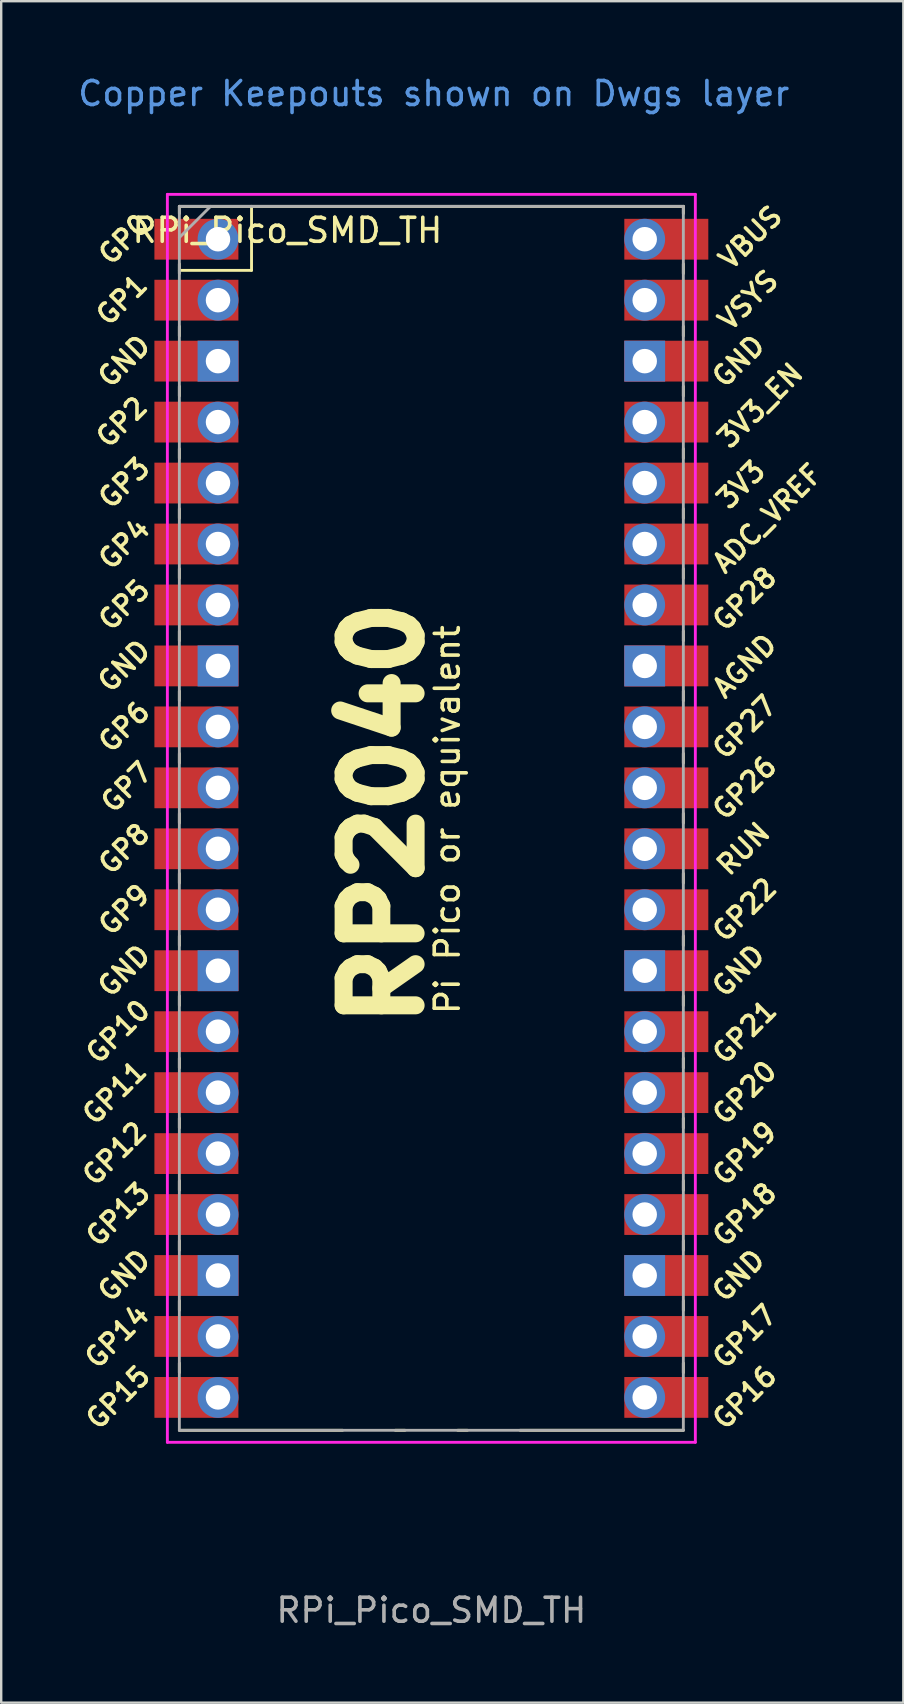
<source format=kicad_pcb>
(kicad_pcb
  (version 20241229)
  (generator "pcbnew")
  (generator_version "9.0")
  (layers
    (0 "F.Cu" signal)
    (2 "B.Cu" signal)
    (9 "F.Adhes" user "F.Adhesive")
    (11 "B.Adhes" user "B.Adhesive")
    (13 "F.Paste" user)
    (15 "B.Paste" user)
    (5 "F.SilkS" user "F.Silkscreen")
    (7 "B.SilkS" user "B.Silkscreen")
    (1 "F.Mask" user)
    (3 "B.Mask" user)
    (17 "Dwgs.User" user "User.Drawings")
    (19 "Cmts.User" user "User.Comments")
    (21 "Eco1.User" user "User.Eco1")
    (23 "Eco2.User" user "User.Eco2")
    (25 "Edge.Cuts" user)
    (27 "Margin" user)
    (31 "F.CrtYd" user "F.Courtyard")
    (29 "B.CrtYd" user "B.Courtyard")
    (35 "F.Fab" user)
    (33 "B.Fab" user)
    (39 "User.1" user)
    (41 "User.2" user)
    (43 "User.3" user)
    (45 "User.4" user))
  (footprint "RPi_Pico_SMD_TH"
    (layer "F.Cu")
    (at 14.924 31.048)
    (property "Reference" "RPi_Pico_SMD_TH" (at -6 -24.5 180) (layer "F.SilkS") (effects (font (size 1 1) (thickness 0.15))))
    (attr through_hole)
    (fp_line (start -10.5 -25.5) (end -10.5 -25.2) (stroke (width 0.12) (type solid)) (layer "F.SilkS"))
    (fp_line (start -10.5 -25.5) (end 10.5 -25.5) (stroke (width 0.12) (type solid)) (layer "F.SilkS"))
    (fp_line (start -10.5 -23.1) (end -10.5 -22.7) (stroke (width 0.12) (type solid)) (layer "F.SilkS"))
    (fp_line (start -10.5 -22.833) (end -7.493 -22.833) (stroke (width 0.12) (type solid)) (layer "F.SilkS"))
    (fp_line (start -10.5 -20.5) (end -10.5 -20.1) (stroke (width 0.12) (type solid)) (layer "F.SilkS"))
    (fp_line (start -10.5 -18) (end -10.5 -17.6) (stroke (width 0.12) (type solid)) (layer "F.SilkS"))
    (fp_line (start -10.5 -15.4) (end -10.5 -15) (stroke (width 0.12) (type solid)) (layer "F.SilkS"))
    (fp_line (start -10.5 -12.9) (end -10.5 -12.5) (stroke (width 0.12) (type solid)) (layer "F.SilkS"))
    (fp_line (start -10.5 -10.4) (end -10.5 -10) (stroke (width 0.12) (type solid)) (layer "F.SilkS"))
    (fp_line (start -10.5 -7.8) (end -10.5 -7.4) (stroke (width 0.12) (type solid)) (layer "F.SilkS"))
    (fp_line (start -10.5 -5.3) (end -10.5 -4.9) (stroke (width 0.12) (type solid)) (layer "F.SilkS"))
    (fp_line (start -10.5 -2.7) (end -10.5 -2.3) (stroke (width 0.12) (type solid)) (layer "F.SilkS"))
    (fp_line (start -10.5 -0.2) (end -10.5 0.2) (stroke (width 0.12) (type solid)) (layer "F.SilkS"))
    (fp_line (start -10.5 2.3) (end -10.5 2.7) (stroke (width 0.12) (type solid)) (layer "F.SilkS"))
    (fp_line (start -10.5 4.9) (end -10.5 5.3) (stroke (width 0.12) (type solid)) (layer "F.SilkS"))
    (fp_line (start -10.5 7.4) (end -10.5 7.8) (stroke (width 0.12) (type solid)) (layer "F.SilkS"))
    (fp_line (start -10.5 10) (end -10.5 10.4) (stroke (width 0.12) (type solid)) (layer "F.SilkS"))
    (fp_line (start -10.5 12.5) (end -10.5 12.9) (stroke (width 0.12) (type solid)) (layer "F.SilkS"))
    (fp_line (start -10.5 15.1) (end -10.5 15.5) (stroke (width 0.12) (type solid)) (layer "F.SilkS"))
    (fp_line (start -10.5 17.6) (end -10.5 18) (stroke (width 0.12) (type solid)) (layer "F.SilkS"))
    (fp_line (start -10.5 20.1) (end -10.5 20.5) (stroke (width 0.12) (type solid)) (layer "F.SilkS"))
    (fp_line (start -10.5 22.7) (end -10.5 23.1) (stroke (width 0.12) (type solid)) (layer "F.SilkS"))
    (fp_line (start -7.493 -22.833) (end -7.493 -25.5) (stroke (width 0.12) (type solid)) (layer "F.SilkS"))
    (fp_line (start -3.7 25.5) (end -10.5 25.5) (stroke (width 0.12) (type solid)) (layer "F.SilkS"))
    (fp_line (start -1.5 25.5) (end -1.1 25.5) (stroke (width 0.12) (type solid)) (layer "F.SilkS"))
    (fp_line (start 1.1 25.5) (end 1.5 25.5) (stroke (width 0.12) (type solid)) (layer "F.SilkS"))
    (fp_line (start 10.5 -25.5) (end 10.5 -25.2) (stroke (width 0.12) (type solid)) (layer "F.SilkS"))
    (fp_line (start 10.5 -23.1) (end 10.5 -22.7) (stroke (width 0.12) (type solid)) (layer "F.SilkS"))
    (fp_line (start 10.5 -20.5) (end 10.5 -20.1) (stroke (width 0.12) (type solid)) (layer "F.SilkS"))
    (fp_line (start 10.5 -18) (end 10.5 -17.6) (stroke (width 0.12) (type solid)) (layer "F.SilkS"))
    (fp_line (start 10.5 -15.4) (end 10.5 -15) (stroke (width 0.12) (type solid)) (layer "F.SilkS"))
    (fp_line (start 10.5 -12.9) (end 10.5 -12.5) (stroke (width 0.12) (type solid)) (layer "F.SilkS"))
    (fp_line (start 10.5 -10.4) (end 10.5 -10) (stroke (width 0.12) (type solid)) (layer "F.SilkS"))
    (fp_line (start 10.5 -7.8) (end 10.5 -7.4) (stroke (width 0.12) (type solid)) (layer "F.SilkS"))
    (fp_line (start 10.5 -5.3) (end 10.5 -4.9) (stroke (width 0.12) (type solid)) (layer "F.SilkS"))
    (fp_line (start 10.5 -2.7) (end 10.5 -2.3) (stroke (width 0.12) (type solid)) (layer "F.SilkS"))
    (fp_line (start 10.5 -0.2) (end 10.5 0.2) (stroke (width 0.12) (type solid)) (layer "F.SilkS"))
    (fp_line (start 10.5 2.3) (end 10.5 2.7) (stroke (width 0.12) (type solid)) (layer "F.SilkS"))
    (fp_line (start 10.5 4.9) (end 10.5 5.3) (stroke (width 0.12) (type solid)) (layer "F.SilkS"))
    (fp_line (start 10.5 7.4) (end 10.5 7.8) (stroke (width 0.12) (type solid)) (layer "F.SilkS"))
    (fp_line (start 10.5 10) (end 10.5 10.4) (stroke (width 0.12) (type solid)) (layer "F.SilkS"))
    (fp_line (start 10.5 12.5) (end 10.5 12.9) (stroke (width 0.12) (type solid)) (layer "F.SilkS"))
    (fp_line (start 10.5 15.1) (end 10.5 15.5) (stroke (width 0.12) (type solid)) (layer "F.SilkS"))
    (fp_line (start 10.5 17.6) (end 10.5 18) (stroke (width 0.12) (type solid)) (layer "F.SilkS"))
    (fp_line (start 10.5 20.1) (end 10.5 20.5) (stroke (width 0.12) (type solid)) (layer "F.SilkS"))
    (fp_line (start 10.5 22.7) (end 10.5 23.1) (stroke (width 0.12) (type solid)) (layer "F.SilkS"))
    (fp_line (start 10.5 25.5) (end 3.7 25.5) (stroke (width 0.12) (type solid)) (layer "F.SilkS"))
    (fp_line (start -11 -26) (end 11 -26) (stroke (width 0.12) (type solid)) (layer "F.CrtYd"))
    (fp_line (start -11 26) (end -11 -26) (stroke (width 0.12) (type solid)) (layer "F.CrtYd"))
    (fp_line (start 11 -26) (end 11 26) (stroke (width 0.12) (type solid)) (layer "F.CrtYd"))
    (fp_line (start 11 26) (end -11 26) (stroke (width 0.12) (type solid)) (layer "F.CrtYd"))
    (fp_line (start -10.5 -25.5) (end 10.5 -25.5) (stroke (width 0.12) (type solid)) (layer "F.Fab"))
    (fp_line (start -10.5 -24.2) (end -9.2 -25.5) (stroke (width 0.12) (type solid)) (layer "F.Fab"))
    (fp_line (start -10.5 25.5) (end -10.5 -25.5) (stroke (width 0.12) (type solid)) (layer "F.Fab"))
    (fp_line (start 10.5 -25.5) (end 10.5 25.5) (stroke (width 0.12) (type solid)) (layer "F.Fab"))
    (fp_line (start 10.5 25.5) (end -10.5 25.5) (stroke (width 0.12) (type solid)) (layer "F.Fab"))
    (fp_text user "GP11" (at -13.2 11.43 225) (layer "F.SilkS") (effects (font (size 0.8 0.8) (thickness 0.15))))
    (fp_text user "GND" (at -12.8 -19.05 225) (layer "F.SilkS") (effects (font (size 0.8 0.8) (thickness 0.15))))
    (fp_text user "GP14" (at -13.1 21.59 225) (layer "F.SilkS") (effects (font (size 0.8 0.8) (thickness 0.15))))
    (fp_text user "ADC_VREF" (at 14 -12.5 225) (layer "F.SilkS") (effects (font (size 0.8 0.8) (thickness 0.15))))
    (fp_text user "GP17" (at 13.054 21.59 225) (layer "F.SilkS") (effects (font (size 0.8 0.8) (thickness 0.15))))
    (fp_text user "GP3" (at -12.8 -13.97 225) (layer "F.SilkS") (effects (font (size 0.8 0.8) (thickness 0.15))))
    (fp_text user "GND" (at -12.8 6.35 225) (layer "F.SilkS") (effects (font (size 0.8 0.8) (thickness 0.15))))
    (fp_text user "RUN" (at 13 1.27 225) (layer "F.SilkS") (effects (font (size 0.8 0.8) (thickness 0.15))))
    (fp_text user "GP10" (at -13.054 8.89 225) (layer "F.SilkS") (effects (font (size 0.8 0.8) (thickness 0.15))))
    (fp_text user "AGND" (at 13.054 -6.35 225) (layer "F.SilkS") (effects (font (size 0.8 0.8) (thickness 0.15))))
    (fp_text user "GP16" (at 13.054 24.13 225) (layer "F.SilkS") (effects (font (size 0.8 0.8) (thickness 0.15))))
    (fp_text user "GP2" (at -12.9 -16.51 225) (layer "F.SilkS") (effects (font (size 0.8 0.8) (thickness 0.15))))
    (fp_text user "GND" (at 12.8 -19.05 225) (layer "F.SilkS") (effects (font (size 0.8 0.8) (thickness 0.15))))
    (fp_text user "GND" (at -12.8 19.05 225) (layer "F.SilkS") (effects (font (size 0.8 0.8) (thickness 0.15))))
    (fp_text user "GP1" (at -12.9 -21.6 225) (layer "F.SilkS") (effects (font (size 0.8 0.8) (thickness 0.15))))
    (fp_text user "3V3" (at 12.9 -13.9 225) (layer "F.SilkS") (effects (font (size 0.8 0.8) (thickness 0.15))))
    (fp_text user "GP0" (at -12.8 -24.13 225) (layer "F.SilkS") (effects (font (size 0.8 0.8) (thickness 0.15))))
    (fp_text user "GP28" (at 13.054 -9.144 225) (layer "F.SilkS") (effects (font (size 0.8 0.8) (thickness 0.15))))
    (fp_text user "GP9" (at -12.8 3.81 225) (layer "F.SilkS") (effects (font (size 0.8 0.8) (thickness 0.15))))
    (fp_text user "GP18" (at 13.054 16.51 225) (layer "F.SilkS") (effects (font (size 0.8 0.8) (thickness 0.15))))
    (fp_text user "GP15" (at -13.054 24.13 225) (layer "F.SilkS") (effects (font (size 0.8 0.8) (thickness 0.15))))
    (fp_text user "GP13" (at -13.054 16.51 225) (layer "F.SilkS") (effects (font (size 0.8 0.8) (thickness 0.15))))
    (fp_text user "GP5" (at -12.8 -8.89 225) (layer "F.SilkS") (effects (font (size 0.8 0.8) (thickness 0.15))))
    (fp_text user "GND" (at 12.8 19.05 225) (layer "F.SilkS") (effects (font (size 0.8 0.8) (thickness 0.15))))
    (fp_text user "GP12" (at -13.2 13.97 225) (layer "F.SilkS") (effects (font (size 0.8 0.8) (thickness 0.15))))
    (fp_text user "GP26" (at 13.054 -1.27 225) (layer "F.SilkS") (effects (font (size 0.8 0.8) (thickness 0.15))))
    (fp_text user "Pi Pico or equivalent" (at 1.25 8.25 90) (unlocked yes) (layer "F.SilkS") (effects (font (size 1 1) (thickness 0.15)) (justify left bottom)))
    (fp_text user "GP19" (at 13.054 13.97 225) (layer "F.SilkS") (effects (font (size 0.8 0.8) (thickness 0.15))))
    (fp_text user "GP6" (at -12.8 -3.81 225) (layer "F.SilkS") (effects (font (size 0.8 0.8) (thickness 0.15))))
    (fp_text user "GND" (at 12.8 6.35 225) (layer "F.SilkS") (effects (font (size 0.8 0.8) (thickness 0.15))))
    (fp_text user "GP22" (at 13.054 3.81 225) (layer "F.SilkS") (effects (font (size 0.8 0.8) (thickness 0.15))))
    (fp_text user "GP20" (at 13.054 11.43 225) (layer "F.SilkS") (effects (font (size 0.8 0.8) (thickness 0.15))))
    (fp_text user "GP27" (at 13.054 -3.8 225) (layer "F.SilkS") (effects (font (size 0.8 0.8) (thickness 0.15))))
    (fp_text user "3V3_EN" (at 13.7 -17.2 225) (layer "F.SilkS") (effects (font (size 0.8 0.8) (thickness 0.15))))
    (fp_text user "GP21" (at 13.054 8.9 225) (layer "F.SilkS") (effects (font (size 0.8 0.8) (thickness 0.15))))
    (fp_text user "GP7" (at -12.7 -1.3 225) (layer "F.SilkS") (effects (font (size 0.8 0.8) (thickness 0.15))))
    (fp_text user "VBUS" (at 13.3 -24.2 225) (layer "F.SilkS") (effects (font (size 0.8 0.8) (thickness 0.15))))
    (fp_text user "VSYS" (at 13.2 -21.59 225) (layer "F.SilkS") (effects (font (size 0.8 0.8) (thickness 0.15))))
    (fp_text user "GND" (at -12.8 -6.35 225) (layer "F.SilkS") (effects (font (size 0.8 0.8) (thickness 0.15))))
    (fp_text user "RP2040" (at -0.25 9 90) (unlocked yes) (layer "F.SilkS") (effects (font (size 3 3) (thickness 0.75) (bold yes)) (justify left bottom)))
    (fp_text user "GP4" (at -12.8 -11.43 225) (layer "F.SilkS") (effects (font (size 0.8 0.8) (thickness 0.15))))
    (fp_text user "GP8" (at -12.8 1.27 225) (layer "F.SilkS") (effects (font (size 0.8 0.8) (thickness 0.15))))
    (fp_text user "Copper Keepouts shown on Dwgs layer" (at 0.1 -30.2 180) (layer "Cmts.User") (effects (font (size 1 1) (thickness 0.15))))
    (fp_text user "${REFERENCE}" (at 0 33 180) (layer "F.Fab") (effects (font (size 1 1) (thickness 0.15))))
    (pad "1" thru_hole oval (at -8.89 -24.13) (size 1.7 1.7) (drill 1.02) (layers "*.Cu" "*.Mask"))
    (pad "1" smd rect (at -8.89 -24.13) (size 3.5 1.7) (drill (offset -0.9 0)) (layers "F.Cu" "F.Mask"))
    (pad "2" thru_hole oval (at -8.89 -21.59) (size 1.7 1.7) (drill 1.02) (layers "*.Cu" "*.Mask"))
    (pad "2" smd rect (at -8.89 -21.59) (size 3.5 1.7) (drill (offset -0.9 0)) (layers "F.Cu" "F.Mask"))
    (pad "3" thru_hole rect (at -8.89 -19.05) (size 1.7 1.7) (drill 1.02) (layers "*.Cu" "*.Mask"))
    (pad "3" smd rect (at -8.89 -19.05) (size 3.5 1.7) (drill (offset -0.9 0)) (layers "F.Cu" "F.Mask"))
    (pad "4" thru_hole oval (at -8.89 -16.51) (size 1.7 1.7) (drill 1.02) (layers "*.Cu" "*.Mask"))
    (pad "4" smd rect (at -8.89 -16.51) (size 3.5 1.7) (drill (offset -0.9 0)) (layers "F.Cu" "F.Mask"))
    (pad "5" thru_hole oval (at -8.89 -13.97) (size 1.7 1.7) (drill 1.02) (layers "*.Cu" "*.Mask"))
    (pad "5" smd rect (at -8.89 -13.97) (size 3.5 1.7) (drill (offset -0.9 0)) (layers "F.Cu" "F.Mask"))
    (pad "6" thru_hole oval (at -8.89 -11.43) (size 1.7 1.7) (drill 1.02) (layers "*.Cu" "*.Mask"))
    (pad "6" smd rect (at -8.89 -11.43) (size 3.5 1.7) (drill (offset -0.9 0)) (layers "F.Cu" "F.Mask"))
    (pad "7" thru_hole oval (at -8.89 -8.89) (size 1.7 1.7) (drill 1.02) (layers "*.Cu" "*.Mask"))
    (pad "7" smd rect (at -8.89 -8.89) (size 3.5 1.7) (drill (offset -0.9 0)) (layers "F.Cu" "F.Mask"))
    (pad "8" thru_hole rect (at -8.89 -6.35) (size 1.7 1.7) (drill 1.02) (layers "*.Cu" "*.Mask"))
    (pad "8" smd rect (at -8.89 -6.35) (size 3.5 1.7) (drill (offset -0.9 0)) (layers "F.Cu" "F.Mask"))
    (pad "9" thru_hole oval (at -8.89 -3.81) (size 1.7 1.7) (drill 1.02) (layers "*.Cu" "*.Mask"))
    (pad "9" smd rect (at -8.89 -3.81) (size 3.5 1.7) (drill (offset -0.9 0)) (layers "F.Cu" "F.Mask"))
    (pad "10" thru_hole oval (at -8.89 -1.27) (size 1.7 1.7) (drill 1.02) (layers "*.Cu" "*.Mask"))
    (pad "10" smd rect (at -8.89 -1.27) (size 3.5 1.7) (drill (offset -0.9 0)) (layers "F.Cu" "F.Mask"))
    (pad "11" thru_hole oval (at -8.89 1.27) (size 1.7 1.7) (drill 1.02) (layers "*.Cu" "*.Mask"))
    (pad "11" smd rect (at -8.89 1.27) (size 3.5 1.7) (drill (offset -0.9 0)) (layers "F.Cu" "F.Mask"))
    (pad "12" thru_hole oval (at -8.89 3.81) (size 1.7 1.7) (drill 1.02) (layers "*.Cu" "*.Mask"))
    (pad "12" smd rect (at -8.89 3.81) (size 3.5 1.7) (drill (offset -0.9 0)) (layers "F.Cu" "F.Mask"))
    (pad "13" thru_hole rect (at -8.89 6.35) (size 1.7 1.7) (drill 1.02) (layers "*.Cu" "*.Mask"))
    (pad "13" smd rect (at -8.89 6.35) (size 3.5 1.7) (drill (offset -0.9 0)) (layers "F.Cu" "F.Mask"))
    (pad "14" thru_hole oval (at -8.89 8.89) (size 1.7 1.7) (drill 1.02) (layers "*.Cu" "*.Mask"))
    (pad "14" smd rect (at -8.89 8.89) (size 3.5 1.7) (drill (offset -0.9 0)) (layers "F.Cu" "F.Mask"))
    (pad "15" thru_hole oval (at -8.89 11.43) (size 1.7 1.7) (drill 1.02) (layers "*.Cu" "*.Mask"))
    (pad "15" smd rect (at -8.89 11.43) (size 3.5 1.7) (drill (offset -0.9 0)) (layers "F.Cu" "F.Mask"))
    (pad "16" thru_hole oval (at -8.89 13.97) (size 1.7 1.7) (drill 1.02) (layers "*.Cu" "*.Mask"))
    (pad "16" smd rect (at -8.89 13.97) (size 3.5 1.7) (drill (offset -0.9 0)) (layers "F.Cu" "F.Mask"))
    (pad "17" thru_hole oval (at -8.89 16.51) (size 1.7 1.7) (drill 1.02) (layers "*.Cu" "*.Mask"))
    (pad "17" smd rect (at -8.89 16.51) (size 3.5 1.7) (drill (offset -0.9 0)) (layers "F.Cu" "F.Mask"))
    (pad "18" thru_hole rect (at -8.89 19.05) (size 1.7 1.7) (drill 1.02) (layers "*.Cu" "*.Mask"))
    (pad "18" smd rect (at -8.89 19.05) (size 3.5 1.7) (drill (offset -0.9 0)) (layers "F.Cu" "F.Mask"))
    (pad "19" thru_hole oval (at -8.89 21.59) (size 1.7 1.7) (drill 1.02) (layers "*.Cu" "*.Mask"))
    (pad "19" smd rect (at -8.89 21.59) (size 3.5 1.7) (drill (offset -0.9 0)) (layers "F.Cu" "F.Mask"))
    (pad "20" thru_hole oval (at -8.89 24.13) (size 1.7 1.7) (drill 1.02) (layers "*.Cu" "*.Mask"))
    (pad "20" smd rect (at -8.89 24.13) (size 3.5 1.7) (drill (offset -0.9 0)) (layers "F.Cu" "F.Mask"))
    (pad "21" thru_hole oval (at 8.89 24.13) (size 1.7 1.7) (drill 1.02) (layers "*.Cu" "*.Mask"))
    (pad "21" smd rect (at 8.89 24.13) (size 3.5 1.7) (drill (offset 0.9 0)) (layers "F.Cu" "F.Mask"))
    (pad "22" thru_hole oval (at 8.89 21.59) (size 1.7 1.7) (drill 1.02) (layers "*.Cu" "*.Mask"))
    (pad "22" smd rect (at 8.89 21.59) (size 3.5 1.7) (drill (offset 0.9 0)) (layers "F.Cu" "F.Mask"))
    (pad "23" thru_hole rect (at 8.89 19.05) (size 1.7 1.7) (drill 1.02) (layers "*.Cu" "*.Mask"))
    (pad "23" smd rect (at 8.89 19.05) (size 3.5 1.7) (drill (offset 0.9 0)) (layers "F.Cu" "F.Mask"))
    (pad "24" thru_hole oval (at 8.89 16.51) (size 1.7 1.7) (drill 1.02) (layers "*.Cu" "*.Mask"))
    (pad "24" smd rect (at 8.89 16.51) (size 3.5 1.7) (drill (offset 0.9 0)) (layers "F.Cu" "F.Mask"))
    (pad "25" thru_hole oval (at 8.89 13.97) (size 1.7 1.7) (drill 1.02) (layers "*.Cu" "*.Mask"))
    (pad "25" smd rect (at 8.89 13.97) (size 3.5 1.7) (drill (offset 0.9 0)) (layers "F.Cu" "F.Mask"))
    (pad "26" thru_hole oval (at 8.89 11.43) (size 1.7 1.7) (drill 1.02) (layers "*.Cu" "*.Mask"))
    (pad "26" smd rect (at 8.89 11.43) (size 3.5 1.7) (drill (offset 0.9 0)) (layers "F.Cu" "F.Mask"))
    (pad "27" thru_hole oval (at 8.89 8.89) (size 1.7 1.7) (drill 1.02) (layers "*.Cu" "*.Mask"))
    (pad "27" smd rect (at 8.89 8.89) (size 3.5 1.7) (drill (offset 0.9 0)) (layers "F.Cu" "F.Mask"))
    (pad "28" thru_hole rect (at 8.89 6.35) (size 1.7 1.7) (drill 1.02) (layers "*.Cu" "*.Mask"))
    (pad "28" smd rect (at 8.89 6.35) (size 3.5 1.7) (drill (offset 0.9 0)) (layers "F.Cu" "F.Mask"))
    (pad "29" thru_hole oval (at 8.89 3.81) (size 1.7 1.7) (drill 1.02) (layers "*.Cu" "*.Mask"))
    (pad "29" smd rect (at 8.89 3.81) (size 3.5 1.7) (drill (offset 0.9 0)) (layers "F.Cu" "F.Mask"))
    (pad "30" thru_hole oval (at 8.89 1.27) (size 1.7 1.7) (drill 1.02) (layers "*.Cu" "*.Mask"))
    (pad "30" smd rect (at 8.89 1.27) (size 3.5 1.7) (drill (offset 0.9 0)) (layers "F.Cu" "F.Mask"))
    (pad "31" thru_hole oval (at 8.89 -1.27) (size 1.7 1.7) (drill 1.02) (layers "*.Cu" "*.Mask"))
    (pad "31" smd rect (at 8.89 -1.27) (size 3.5 1.7) (drill (offset 0.9 0)) (layers "F.Cu" "F.Mask"))
    (pad "32" thru_hole oval (at 8.89 -3.81) (size 1.7 1.7) (drill 1.02) (layers "*.Cu" "*.Mask"))
    (pad "32" smd rect (at 8.89 -3.81) (size 3.5 1.7) (drill (offset 0.9 0)) (layers "F.Cu" "F.Mask"))
    (pad "33" thru_hole rect (at 8.89 -6.35) (size 1.7 1.7) (drill 1.02) (layers "*.Cu" "*.Mask"))
    (pad "33" smd rect (at 8.89 -6.35) (size 3.5 1.7) (drill (offset 0.9 0)) (layers "F.Cu" "F.Mask"))
    (pad "34" thru_hole oval (at 8.89 -8.89) (size 1.7 1.7) (drill 1.02) (layers "*.Cu" "*.Mask"))
    (pad "34" smd rect (at 8.89 -8.89) (size 3.5 1.7) (drill (offset 0.9 0)) (layers "F.Cu" "F.Mask"))
    (pad "35" thru_hole oval (at 8.89 -11.43) (size 1.7 1.7) (drill 1.02) (layers "*.Cu" "*.Mask"))
    (pad "35" smd rect (at 8.89 -11.43) (size 3.5 1.7) (drill (offset 0.9 0)) (layers "F.Cu" "F.Mask"))
    (pad "36" thru_hole oval (at 8.89 -13.97) (size 1.7 1.7) (drill 1.02) (layers "*.Cu" "*.Mask"))
    (pad "36" smd rect (at 8.89 -13.97) (size 3.5 1.7) (drill (offset 0.9 0)) (layers "F.Cu" "F.Mask"))
    (pad "37" thru_hole oval (at 8.89 -16.51) (size 1.7 1.7) (drill 1.02) (layers "*.Cu" "*.Mask"))
    (pad "37" smd rect (at 8.89 -16.51) (size 3.5 1.7) (drill (offset 0.9 0)) (layers "F.Cu" "F.Mask"))
    (pad "38" thru_hole rect (at 8.89 -19.05) (size 1.7 1.7) (drill 1.02) (layers "*.Cu" "*.Mask"))
    (pad "38" smd rect (at 8.89 -19.05) (size 3.5 1.7) (drill (offset 0.9 0)) (layers "F.Cu" "F.Mask"))
    (pad "39" thru_hole oval (at 8.89 -21.59) (size 1.7 1.7) (drill 1.02) (layers "*.Cu" "*.Mask"))
    (pad "39" smd rect (at 8.89 -21.59) (size 3.5 1.7) (drill (offset 0.9 0)) (layers "F.Cu" "F.Mask"))
    (pad "40" thru_hole oval (at 8.89 -24.13) (size 1.7 1.7) (drill 1.02) (layers "*.Cu" "*.Mask"))
    (pad "40" smd rect (at 8.89 -24.13) (size 3.5 1.7) (drill (offset 0.9 0)) (layers "F.Cu" "F.Mask")))
  (gr_rect
    (start -3 -3)
    (end 34.591 67.897)
    (stroke (width 0.1) (type default))
    (fill no)
    (layer "Edge.Cuts")))
</source>
